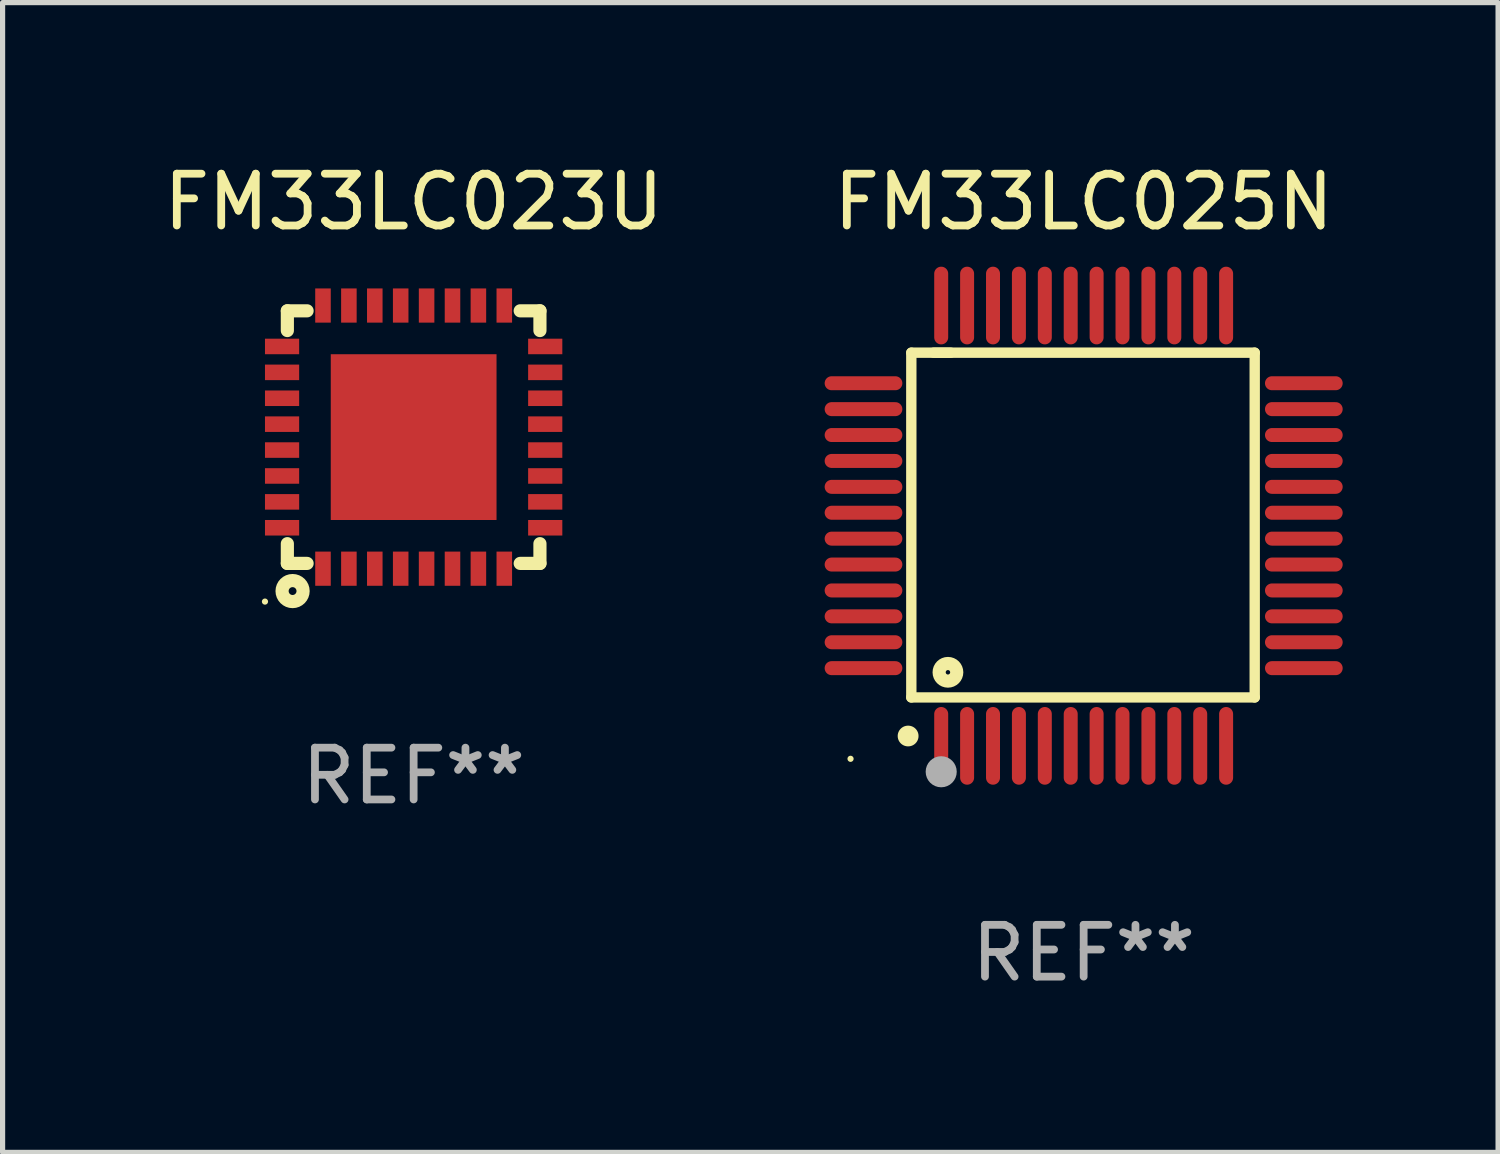
<source format=kicad_pcb>
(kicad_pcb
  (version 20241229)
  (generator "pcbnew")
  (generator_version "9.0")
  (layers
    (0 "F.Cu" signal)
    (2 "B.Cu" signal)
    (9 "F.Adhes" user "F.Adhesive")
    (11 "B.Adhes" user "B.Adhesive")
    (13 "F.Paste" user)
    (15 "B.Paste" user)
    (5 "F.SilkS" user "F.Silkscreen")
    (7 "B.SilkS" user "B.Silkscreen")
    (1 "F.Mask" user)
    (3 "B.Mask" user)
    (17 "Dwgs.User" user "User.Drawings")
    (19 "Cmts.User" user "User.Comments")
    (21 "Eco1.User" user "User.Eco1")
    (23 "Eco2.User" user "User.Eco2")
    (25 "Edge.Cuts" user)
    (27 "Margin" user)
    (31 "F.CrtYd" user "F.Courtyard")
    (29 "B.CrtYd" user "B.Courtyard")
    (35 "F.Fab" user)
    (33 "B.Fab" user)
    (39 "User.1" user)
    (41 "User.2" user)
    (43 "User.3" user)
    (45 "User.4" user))
  (footprint "FM33LC025N"
    (layer "F.Cu")
    (at 17.869 7.098)
    (property "Reference" "FM33LC025N" (at 0 -6.25 0) (layer "F.SilkS") (effects (font (size 1 1) (thickness 0.15))))
    (attr through_hole)
    (fp_line (start -3.327 -3.34) (end -2.565 -3.34) (stroke (width 0.2) (type solid)) (layer "F.SilkS"))
    (fp_line (start -3.327 3.315) (end -3.327 -3.34) (stroke (width 0.2) (type solid)) (layer "F.SilkS"))
    (fp_line (start -2.896 -3.34) (end 3.302 -3.34) (stroke (width 0.2) (type solid)) (layer "F.SilkS"))
    (fp_line (start 3.302 -3.34) (end 3.302 3.315) (stroke (width 0.2) (type solid)) (layer "F.SilkS"))
    (fp_line (start 3.302 3.315) (end -3.327 3.315) (stroke (width 0.2) (type solid)) (layer "F.SilkS"))
    (fp_arc (start -3.389992 4.059995) (mid -3.388722 4.059991) (end -3.387452 4.059995) (stroke (width 0.4) (type solid)) (layer "F.SilkS"))
    (fp_circle (center -4.5 4.5) (end -4.47 4.5) (stroke (width 0.06) (type solid)) (fill no) (layer "F.SilkS"))
    (fp_circle (center -2.62 2.83) (end -2.45 2.83) (stroke (width 0.254) (type solid)) (fill no) (layer "F.SilkS"))
    (fp_circle (center -2.75 4.75) (end -2.6 4.75) (stroke (width 0.3) (type solid)) (fill no) (layer "F.Fab"))
    (fp_text user "REF**" (at 0 8.25 0) (layer "F.Fab") (effects (font (size 1 1) (thickness 0.15))))
    (pad "1" smd oval (at -2.75 4.25) (size 0.27 1.5) (layers "F.Cu" "F.Mask" "F.Paste"))
    (pad "2" smd oval (at -2.25 4.25) (size 0.27 1.5) (layers "F.Cu" "F.Mask" "F.Paste"))
    (pad "3" smd oval (at -1.75 4.25) (size 0.27 1.5) (layers "F.Cu" "F.Mask" "F.Paste"))
    (pad "4" smd oval (at -1.25 4.25) (size 0.27 1.5) (layers "F.Cu" "F.Mask" "F.Paste"))
    (pad "5" smd oval (at -0.75 4.25) (size 0.27 1.5) (layers "F.Cu" "F.Mask" "F.Paste"))
    (pad "6" smd oval (at -0.25 4.25) (size 0.27 1.5) (layers "F.Cu" "F.Mask" "F.Paste"))
    (pad "7" smd oval (at 0.25 4.25) (size 0.27 1.5) (layers "F.Cu" "F.Mask" "F.Paste"))
    (pad "8" smd oval (at 0.75 4.25) (size 0.27 1.5) (layers "F.Cu" "F.Mask" "F.Paste"))
    (pad "9" smd oval (at 1.25 4.25) (size 0.27 1.5) (layers "F.Cu" "F.Mask" "F.Paste"))
    (pad "10" smd oval (at 1.75 4.25) (size 0.27 1.5) (layers "F.Cu" "F.Mask" "F.Paste"))
    (pad "11" smd oval (at 2.25 4.25) (size 0.27 1.5) (layers "F.Cu" "F.Mask" "F.Paste"))
    (pad "12" smd oval (at 2.75 4.25) (size 0.27 1.5) (layers "F.Cu" "F.Mask" "F.Paste"))
    (pad "13" smd oval (at 4.25 2.75) (size 1.5 0.27) (layers "F.Cu" "F.Mask" "F.Paste"))
    (pad "14" smd oval (at 4.25 2.25) (size 1.5 0.27) (layers "F.Cu" "F.Mask" "F.Paste"))
    (pad "15" smd oval (at 4.25 1.75) (size 1.5 0.27) (layers "F.Cu" "F.Mask" "F.Paste"))
    (pad "16" smd oval (at 4.25 1.25) (size 1.5 0.27) (layers "F.Cu" "F.Mask" "F.Paste"))
    (pad "17" smd oval (at 4.25 0.75) (size 1.5 0.27) (layers "F.Cu" "F.Mask" "F.Paste"))
    (pad "18" smd oval (at 4.25 0.25) (size 1.5 0.27) (layers "F.Cu" "F.Mask" "F.Paste"))
    (pad "19" smd oval (at 4.25 -0.25) (size 1.5 0.27) (layers "F.Cu" "F.Mask" "F.Paste"))
    (pad "20" smd oval (at 4.25 -0.75) (size 1.5 0.27) (layers "F.Cu" "F.Mask" "F.Paste"))
    (pad "21" smd oval (at 4.25 -1.25) (size 1.5 0.27) (layers "F.Cu" "F.Mask" "F.Paste"))
    (pad "22" smd oval (at 4.25 -1.75) (size 1.5 0.27) (layers "F.Cu" "F.Mask" "F.Paste"))
    (pad "23" smd oval (at 4.25 -2.25) (size 1.5 0.27) (layers "F.Cu" "F.Mask" "F.Paste"))
    (pad "24" smd oval (at 4.25 -2.75) (size 1.5 0.27) (layers "F.Cu" "F.Mask" "F.Paste"))
    (pad "25" smd oval (at 2.75 -4.25) (size 0.27 1.5) (layers "F.Cu" "F.Mask" "F.Paste"))
    (pad "26" smd oval (at 2.25 -4.25) (size 0.27 1.5) (layers "F.Cu" "F.Mask" "F.Paste"))
    (pad "27" smd oval (at 1.75 -4.25) (size 0.27 1.5) (layers "F.Cu" "F.Mask" "F.Paste"))
    (pad "28" smd oval (at 1.25 -4.25) (size 0.27 1.5) (layers "F.Cu" "F.Mask" "F.Paste"))
    (pad "29" smd oval (at 0.75 -4.25) (size 0.27 1.5) (layers "F.Cu" "F.Mask" "F.Paste"))
    (pad "30" smd oval (at 0.25 -4.25) (size 0.27 1.5) (layers "F.Cu" "F.Mask" "F.Paste"))
    (pad "31" smd oval (at -0.25 -4.25) (size 0.27 1.5) (layers "F.Cu" "F.Mask" "F.Paste"))
    (pad "32" smd oval (at -0.75 -4.25) (size 0.27 1.5) (layers "F.Cu" "F.Mask" "F.Paste"))
    (pad "33" smd oval (at -1.25 -4.25) (size 0.27 1.5) (layers "F.Cu" "F.Mask" "F.Paste"))
    (pad "34" smd oval (at -1.75 -4.25) (size 0.27 1.5) (layers "F.Cu" "F.Mask" "F.Paste"))
    (pad "35" smd oval (at -2.25 -4.25) (size 0.27 1.5) (layers "F.Cu" "F.Mask" "F.Paste"))
    (pad "36" smd oval (at -2.75 -4.25) (size 0.27 1.5) (layers "F.Cu" "F.Mask" "F.Paste"))
    (pad "37" smd oval (at -4.25 -2.75) (size 1.5 0.27) (layers "F.Cu" "F.Mask" "F.Paste"))
    (pad "38" smd oval (at -4.25 -2.25) (size 1.5 0.27) (layers "F.Cu" "F.Mask" "F.Paste"))
    (pad "39" smd oval (at -4.25 -1.75) (size 1.5 0.27) (layers "F.Cu" "F.Mask" "F.Paste"))
    (pad "40" smd oval (at -4.25 -1.25) (size 1.5 0.27) (layers "F.Cu" "F.Mask" "F.Paste"))
    (pad "41" smd oval (at -4.25 -0.75) (size 1.5 0.27) (layers "F.Cu" "F.Mask" "F.Paste"))
    (pad "42" smd oval (at -4.25 -0.25) (size 1.5 0.27) (layers "F.Cu" "F.Mask" "F.Paste"))
    (pad "43" smd oval (at -4.25 0.25) (size 1.5 0.27) (layers "F.Cu" "F.Mask" "F.Paste"))
    (pad "44" smd oval (at -4.25 0.75) (size 1.5 0.27) (layers "F.Cu" "F.Mask" "F.Paste"))
    (pad "45" smd oval (at -4.25 1.25) (size 1.5 0.27) (layers "F.Cu" "F.Mask" "F.Paste"))
    (pad "46" smd oval (at -4.25 1.75) (size 1.5 0.27) (layers "F.Cu" "F.Mask" "F.Paste"))
    (pad "47" smd oval (at -4.25 2.25) (size 1.5 0.27) (layers "F.Cu" "F.Mask" "F.Paste"))
    (pad "48" smd oval (at -4.25 2.75) (size 1.5 0.27) (layers "F.Cu" "F.Mask" "F.Paste")))
  (footprint "FM33LC023U"
    (layer "F.Cu")
    (at 4.935 5.388)
    (property "Reference" "FM33LC023U" (at 0 -4.54 0) (layer "F.SilkS") (effects (font (size 1 1) (thickness 0.15))))
    (attr through_hole)
    (fp_line (start -2.438 -2.438) (end -2.057 -2.438) (stroke (width 0.254) (type solid)) (layer "F.SilkS"))
    (fp_line (start -2.438 -2.057) (end -2.438 -2.438) (stroke (width 0.254) (type solid)) (layer "F.SilkS"))
    (fp_line (start -2.438 2.438) (end -2.438 2.057) (stroke (width 0.254) (type solid)) (layer "F.SilkS"))
    (fp_line (start -2.057 2.438) (end -2.438 2.438) (stroke (width 0.254) (type solid)) (layer "F.SilkS"))
    (fp_line (start 2.057 -2.438) (end 2.438 -2.438) (stroke (width 0.254) (type solid)) (layer "F.SilkS"))
    (fp_line (start 2.438 -2.438) (end 2.438 -2.057) (stroke (width 0.254) (type solid)) (layer "F.SilkS"))
    (fp_line (start 2.438 2.057) (end 2.438 2.438) (stroke (width 0.254) (type solid)) (layer "F.SilkS"))
    (fp_line (start 2.438 2.438) (end 2.057 2.438) (stroke (width 0.254) (type solid)) (layer "F.SilkS"))
    (fp_circle (center -2.87 3.175) (end -2.84 3.175) (stroke (width 0.06) (type solid)) (fill no) (layer "F.SilkS"))
    (fp_circle (center -2.337 2.972) (end -2.261 2.972) (stroke (width 0.254) (type solid)) (fill no) (layer "F.SilkS"))
    (fp_text user "REF**" (at 0 6.54 0) (layer "F.Fab") (effects (font (size 1 1) (thickness 0.15))))
    (pad "1" smd rect (at -1.75 2.54 90) (size 0.66 0.3) (layers "F.Cu" "F.Mask" "F.Paste"))
    (pad "2" smd rect (at -1.25 2.54 90) (size 0.66 0.3) (layers "F.Cu" "F.Mask" "F.Paste"))
    (pad "3" smd rect (at -0.75 2.54 90) (size 0.66 0.3) (layers "F.Cu" "F.Mask" "F.Paste"))
    (pad "4" smd rect (at -0.25 2.54 90) (size 0.66 0.3) (layers "F.Cu" "F.Mask" "F.Paste"))
    (pad "5" smd rect (at 0.25 2.54 90) (size 0.66 0.3) (layers "F.Cu" "F.Mask" "F.Paste"))
    (pad "6" smd rect (at 0.75 2.54 90) (size 0.66 0.3) (layers "F.Cu" "F.Mask" "F.Paste"))
    (pad "7" smd rect (at 1.25 2.54 90) (size 0.66 0.3) (layers "F.Cu" "F.Mask" "F.Paste"))
    (pad "8" smd rect (at 1.75 2.54 90) (size 0.66 0.3) (layers "F.Cu" "F.Mask" "F.Paste"))
    (pad "9" smd rect (at 2.54 1.75 90) (size 0.3 0.66) (layers "F.Cu" "F.Mask" "F.Paste"))
    (pad "10" smd rect (at 2.54 1.25 90) (size 0.3 0.66) (layers "F.Cu" "F.Mask" "F.Paste"))
    (pad "11" smd rect (at 2.54 0.75 90) (size 0.3 0.66) (layers "F.Cu" "F.Mask" "F.Paste"))
    (pad "12" smd rect (at 2.54 0.25 90) (size 0.3 0.66) (layers "F.Cu" "F.Mask" "F.Paste"))
    (pad "13" smd rect (at 2.54 -0.25 90) (size 0.3 0.66) (layers "F.Cu" "F.Mask" "F.Paste"))
    (pad "14" smd rect (at 2.54 -0.75 90) (size 0.3 0.66) (layers "F.Cu" "F.Mask" "F.Paste"))
    (pad "15" smd rect (at 2.54 -1.25 90) (size 0.3 0.66) (layers "F.Cu" "F.Mask" "F.Paste"))
    (pad "16" smd rect (at 2.54 -1.75 90) (size 0.3 0.66) (layers "F.Cu" "F.Mask" "F.Paste"))
    (pad "17" smd rect (at 1.75 -2.54 90) (size 0.66 0.3) (layers "F.Cu" "F.Mask" "F.Paste"))
    (pad "18" smd rect (at 1.25 -2.54 90) (size 0.66 0.3) (layers "F.Cu" "F.Mask" "F.Paste"))
    (pad "19" smd rect (at 0.75 -2.54 90) (size 0.66 0.3) (layers "F.Cu" "F.Mask" "F.Paste"))
    (pad "20" smd rect (at 0.25 -2.54 90) (size 0.66 0.3) (layers "F.Cu" "F.Mask" "F.Paste"))
    (pad "21" smd rect (at -0.25 -2.54 90) (size 0.66 0.3) (layers "F.Cu" "F.Mask" "F.Paste"))
    (pad "22" smd rect (at -0.75 -2.54 90) (size 0.66 0.3) (layers "F.Cu" "F.Mask" "F.Paste"))
    (pad "23" smd rect (at -1.25 -2.54 90) (size 0.66 0.3) (layers "F.Cu" "F.Mask" "F.Paste"))
    (pad "24" smd rect (at -1.75 -2.54 90) (size 0.66 0.3) (layers "F.Cu" "F.Mask" "F.Paste"))
    (pad "25" smd rect (at -2.54 -1.75 90) (size 0.3 0.66) (layers "F.Cu" "F.Mask" "F.Paste"))
    (pad "26" smd rect (at -2.54 -1.25 90) (size 0.3 0.66) (layers "F.Cu" "F.Mask" "F.Paste"))
    (pad "27" smd rect (at -2.54 -0.75 90) (size 0.3 0.66) (layers "F.Cu" "F.Mask" "F.Paste"))
    (pad "28" smd rect (at -2.54 -0.25 90) (size 0.3 0.66) (layers "F.Cu" "F.Mask" "F.Paste"))
    (pad "29" smd rect (at -2.54 0.25 90) (size 0.3 0.66) (layers "F.Cu" "F.Mask" "F.Paste"))
    (pad "30" smd rect (at -2.54 0.75 90) (size 0.3 0.66) (layers "F.Cu" "F.Mask" "F.Paste"))
    (pad "31" smd rect (at -2.54 1.25 90) (size 0.3 0.66) (layers "F.Cu" "F.Mask" "F.Paste"))
    (pad "32" smd rect (at -2.54 1.75 90) (size 0.3 0.66) (layers "F.Cu" "F.Mask" "F.Paste"))
    (pad "33" smd rect (at 0 0 90) (size 3.2 3.2) (layers "F.Cu" "F.Mask" "F.Paste")))
  (gr_rect
    (start -3 -3)
    (end 25.869 19.196)
    (stroke (width 0.1) (type default))
    (fill no)
    (layer "Edge.Cuts")))
</source>
